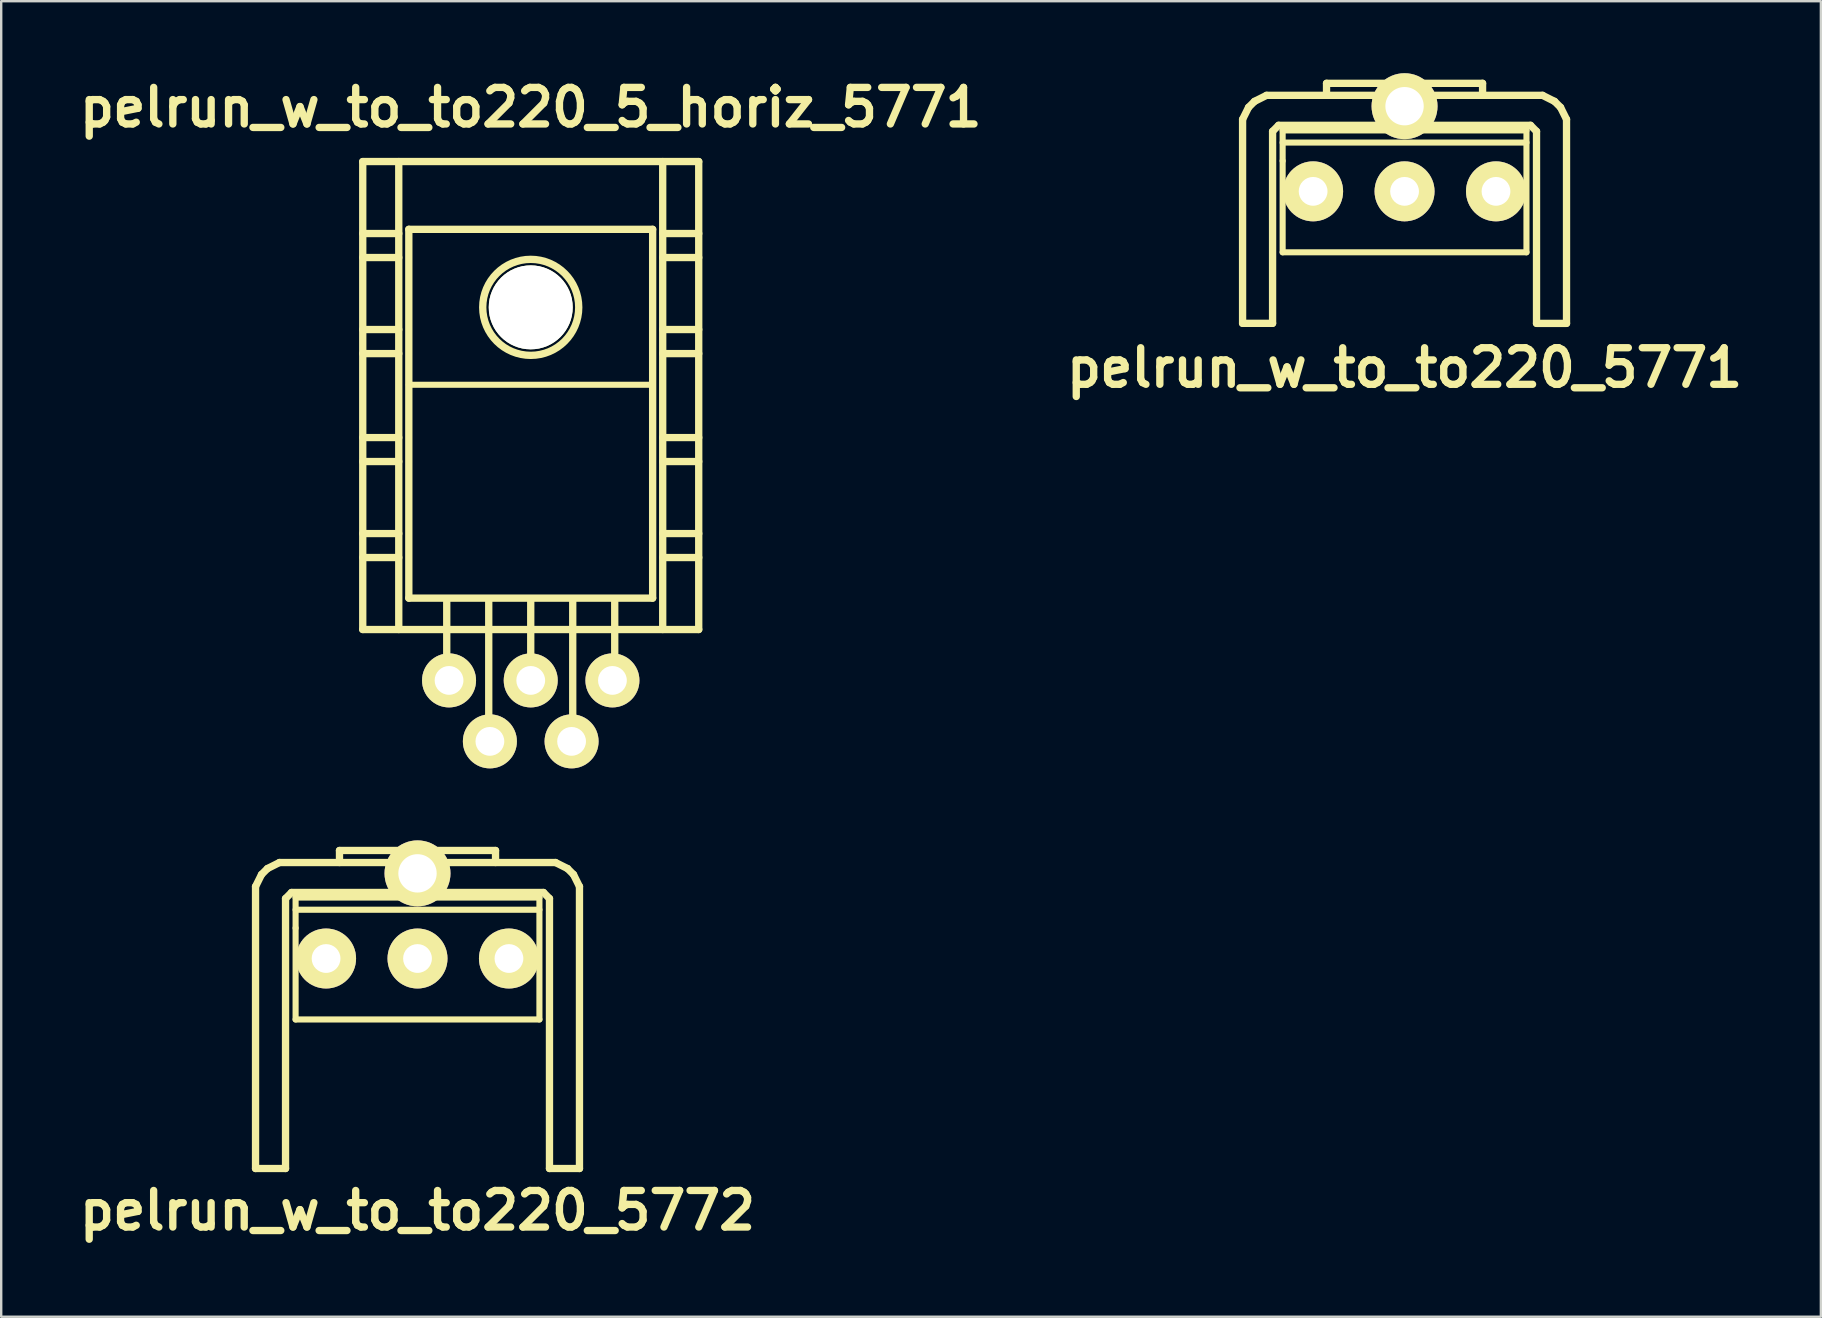
<source format=kicad_pcb>
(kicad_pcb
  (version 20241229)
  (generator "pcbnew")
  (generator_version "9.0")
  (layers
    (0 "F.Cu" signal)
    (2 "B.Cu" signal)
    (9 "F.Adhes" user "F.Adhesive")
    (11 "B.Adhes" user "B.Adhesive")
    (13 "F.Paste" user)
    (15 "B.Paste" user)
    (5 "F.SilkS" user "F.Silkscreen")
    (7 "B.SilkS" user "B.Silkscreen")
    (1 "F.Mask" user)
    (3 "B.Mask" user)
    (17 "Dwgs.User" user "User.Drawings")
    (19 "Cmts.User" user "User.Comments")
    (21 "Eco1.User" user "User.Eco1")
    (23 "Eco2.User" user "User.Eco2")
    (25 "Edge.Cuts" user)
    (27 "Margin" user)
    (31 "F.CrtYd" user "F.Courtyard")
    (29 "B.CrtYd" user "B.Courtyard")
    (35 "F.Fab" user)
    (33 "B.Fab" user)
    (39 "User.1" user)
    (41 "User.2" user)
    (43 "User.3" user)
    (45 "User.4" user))
  (footprint "pelrun_w_to_to220_5771"
    (layer "F.Cu")
    (at 55.476 4.923)
    (property "Reference" "pelrun_w_to_to220_5771" (at 0 7.351 0) (layer "F.SilkS") (effects (font (size 1.524 1.524) (thickness 0.305))))
    (attr through_hole)
    (fp_line (start -6.749 -3) (end -6.5 -3.5) (stroke (width 0.305) (type solid)) (layer "F.SilkS"))
    (fp_line (start -6.749 5.499) (end -6.749 -3) (stroke (width 0.305) (type solid)) (layer "F.SilkS"))
    (fp_line (start -6.5 -3.5) (end -6.251 -3.749) (stroke (width 0.305) (type solid)) (layer "F.SilkS"))
    (fp_line (start -6.251 -3.749) (end -5.751 -4) (stroke (width 0.305) (type solid)) (layer "F.SilkS"))
    (fp_line (start -5.499 -2.499) (end -5.499 5.499) (stroke (width 0.305) (type solid)) (layer "F.SilkS"))
    (fp_line (start -5.499 -2.499) (end -5.25 -2.751) (stroke (width 0.305) (type solid)) (layer "F.SilkS"))
    (fp_line (start -5.499 5.499) (end -6.749 5.499) (stroke (width 0.305) (type solid)) (layer "F.SilkS"))
    (fp_line (start -5.25 -2.751) (end 5.25 -2.751) (stroke (width 0.305) (type solid)) (layer "F.SilkS"))
    (fp_line (start -5.08 -2.54) (end -5.08 -1.27) (stroke (width 0.254) (type solid)) (layer "F.SilkS"))
    (fp_line (start -5.08 -2.032) (end 5.08 -2.032) (stroke (width 0.254) (type solid)) (layer "F.SilkS"))
    (fp_line (start -5.08 -1.27) (end -5.08 2.54) (stroke (width 0.254) (type solid)) (layer "F.SilkS"))
    (fp_line (start -5.08 2.54) (end 5.08 2.54) (stroke (width 0.254) (type solid)) (layer "F.SilkS"))
    (fp_line (start -3.251 -4.501) (end 3.251 -4.501) (stroke (width 0.305) (type solid)) (layer "F.SilkS"))
    (fp_line (start -3.251 -4) (end -3.251 -4.501) (stroke (width 0.305) (type solid)) (layer "F.SilkS"))
    (fp_line (start 3.251 -4.501) (end 3.251 -4) (stroke (width 0.305) (type solid)) (layer "F.SilkS"))
    (fp_line (start 5.08 -2.54) (end -5.08 -2.54) (stroke (width 0.254) (type solid)) (layer "F.SilkS"))
    (fp_line (start 5.08 2.54) (end 5.08 -2.54) (stroke (width 0.254) (type solid)) (layer "F.SilkS"))
    (fp_line (start 5.25 -2.751) (end 5.499 -2.499) (stroke (width 0.305) (type solid)) (layer "F.SilkS"))
    (fp_line (start 5.499 5.499) (end 5.499 -2.499) (stroke (width 0.305) (type solid)) (layer "F.SilkS"))
    (fp_line (start 5.751 -4) (end -5.751 -4) (stroke (width 0.305) (type solid)) (layer "F.SilkS"))
    (fp_line (start 5.751 -4) (end 6.251 -3.749) (stroke (width 0.305) (type solid)) (layer "F.SilkS"))
    (fp_line (start 6.251 -3.749) (end 6.5 -3.5) (stroke (width 0.305) (type solid)) (layer "F.SilkS"))
    (fp_line (start 6.5 -3.5) (end 6.749 -3) (stroke (width 0.305) (type solid)) (layer "F.SilkS"))
    (fp_line (start 6.749 5.499) (end 6.749 -3) (stroke (width 0.305) (type solid)) (layer "F.SilkS"))
    (fp_line (start 6.749 5.502) (end 5.499 5.502) (stroke (width 0.305) (type solid)) (layer "F.SilkS"))
    (pad "" thru_hole circle (at 0 -3.548) (size 2.748 2.748) (drill 1.598) (layers "*.Cu" "*.Mask" "F.SilkS"))
    (pad "1" thru_hole circle (at 3.81 0) (size 2.499 2.499) (drill 1.199) (layers "*.Cu" "*.Mask" "F.SilkS"))
    (pad "2" thru_hole circle (at 0 0) (size 2.499 2.499) (drill 1.199) (layers "*.Cu" "*.Mask" "F.SilkS"))
    (pad "3" thru_hole circle (at -3.81 0) (size 2.499 2.499) (drill 1.199) (layers "*.Cu" "*.Mask" "F.SilkS")))
  (footprint "pelrun_w_to_to220_5772"
    (layer "F.Cu")
    (at 14.347 36.89)
    (property "Reference" "pelrun_w_to_to220_5772" (at 0 10.5 0) (layer "F.SilkS") (effects (font (size 1.524 1.524) (thickness 0.305))))
    (attr through_hole)
    (fp_line (start -6.749 -3) (end -6.749 8.75) (stroke (width 0.305) (type solid)) (layer "F.SilkS"))
    (fp_line (start -6.749 -3) (end -6.5 -3.5) (stroke (width 0.305) (type solid)) (layer "F.SilkS"))
    (fp_line (start -6.5 -3.5) (end -6.251 -3.749) (stroke (width 0.305) (type solid)) (layer "F.SilkS"))
    (fp_line (start -6.251 -3.749) (end -5.751 -4) (stroke (width 0.305) (type solid)) (layer "F.SilkS"))
    (fp_line (start -5.499 -2.499) (end -5.25 -2.751) (stroke (width 0.305) (type solid)) (layer "F.SilkS"))
    (fp_line (start -5.499 8.75) (end -6.749 8.75) (stroke (width 0.305) (type solid)) (layer "F.SilkS"))
    (fp_line (start -5.499 8.75) (end -5.499 -2.499) (stroke (width 0.305) (type solid)) (layer "F.SilkS"))
    (fp_line (start -5.25 -2.751) (end 5.25 -2.751) (stroke (width 0.305) (type solid)) (layer "F.SilkS"))
    (fp_line (start -5.08 -2.54) (end -5.08 -1.27) (stroke (width 0.254) (type solid)) (layer "F.SilkS"))
    (fp_line (start -5.08 -2.032) (end 5.08 -2.032) (stroke (width 0.254) (type solid)) (layer "F.SilkS"))
    (fp_line (start -5.08 -1.27) (end -5.08 2.54) (stroke (width 0.254) (type solid)) (layer "F.SilkS"))
    (fp_line (start -5.08 2.54) (end 5.08 2.54) (stroke (width 0.254) (type solid)) (layer "F.SilkS"))
    (fp_line (start -3.251 -4.501) (end 3.251 -4.501) (stroke (width 0.305) (type solid)) (layer "F.SilkS"))
    (fp_line (start -3.251 -4) (end -3.251 -4.501) (stroke (width 0.305) (type solid)) (layer "F.SilkS"))
    (fp_line (start 3.251 -4.501) (end 3.251 -4) (stroke (width 0.305) (type solid)) (layer "F.SilkS"))
    (fp_line (start 5.08 -2.54) (end -5.08 -2.54) (stroke (width 0.254) (type solid)) (layer "F.SilkS"))
    (fp_line (start 5.08 2.54) (end 5.08 -2.54) (stroke (width 0.254) (type solid)) (layer "F.SilkS"))
    (fp_line (start 5.25 -2.751) (end 5.499 -2.499) (stroke (width 0.305) (type solid)) (layer "F.SilkS"))
    (fp_line (start 5.499 -2.499) (end 5.499 8.75) (stroke (width 0.305) (type solid)) (layer "F.SilkS"))
    (fp_line (start 5.751 -4) (end -5.751 -4) (stroke (width 0.305) (type solid)) (layer "F.SilkS"))
    (fp_line (start 5.751 -4) (end 6.251 -3.749) (stroke (width 0.305) (type solid)) (layer "F.SilkS"))
    (fp_line (start 6.251 -3.749) (end 6.5 -3.5) (stroke (width 0.305) (type solid)) (layer "F.SilkS"))
    (fp_line (start 6.5 -3.5) (end 6.749 -3) (stroke (width 0.305) (type solid)) (layer "F.SilkS"))
    (fp_line (start 6.749 -3) (end 6.749 8.75) (stroke (width 0.305) (type solid)) (layer "F.SilkS"))
    (fp_line (start 6.749 8.75) (end 5.499 8.75) (stroke (width 0.305) (type solid)) (layer "F.SilkS"))
    (pad "" thru_hole circle (at 0 -3.548) (size 2.748 2.748) (drill 1.598) (layers "*.Cu" "*.Mask" "F.SilkS"))
    (pad "1" thru_hole circle (at 3.81 0) (size 2.499 2.499) (drill 1.199) (layers "*.Cu" "*.Mask" "F.SilkS"))
    (pad "2" thru_hole circle (at 0 0) (size 2.499 2.499) (drill 1.199) (layers "*.Cu" "*.Mask" "F.SilkS"))
    (pad "3" thru_hole circle (at -3.81 0) (size 2.499 2.499) (drill 1.199) (layers "*.Cu" "*.Mask" "F.SilkS")))
  (footprint "pelrun_w_to_to220_5_horiz_5771"
    (layer "F.Cu")
    (at 19.065 17.682)
    (property "Reference" "pelrun_w_to_to220_5_horiz_5771" (at 0 -16.256 0) (layer "F.SilkS") (effects (font (size 1.524 1.524) (thickness 0.305))))
    (attr through_hole)
    (fp_line (start -7 -14) (end -7 5.499) (stroke (width 0.305) (type solid)) (layer "F.SilkS"))
    (fp_line (start -7 -11.001) (end -5.499 -11.001) (stroke (width 0.305) (type solid)) (layer "F.SilkS"))
    (fp_line (start -7 -10) (end -5.499 -10) (stroke (width 0.305) (type solid)) (layer "F.SilkS"))
    (fp_line (start -7 -7) (end -5.499 -7) (stroke (width 0.305) (type solid)) (layer "F.SilkS"))
    (fp_line (start -7 -5.999) (end -5.499 -5.999) (stroke (width 0.305) (type solid)) (layer "F.SilkS"))
    (fp_line (start -7 -2.499) (end -5.499 -2.499) (stroke (width 0.305) (type solid)) (layer "F.SilkS"))
    (fp_line (start -7 -1.501) (end -5.499 -1.501) (stroke (width 0.305) (type solid)) (layer "F.SilkS"))
    (fp_line (start -7 1.501) (end -5.499 1.501) (stroke (width 0.305) (type solid)) (layer "F.SilkS"))
    (fp_line (start -7 2.499) (end -5.499 2.499) (stroke (width 0.305) (type solid)) (layer "F.SilkS"))
    (fp_line (start -7 5.499) (end 7 5.499) (stroke (width 0.305) (type solid)) (layer "F.SilkS"))
    (fp_line (start -5.499 5.499) (end -5.499 -14) (stroke (width 0.305) (type solid)) (layer "F.SilkS"))
    (fp_line (start -5.08 -11.176) (end -5.08 4.191) (stroke (width 0.305) (type solid)) (layer "F.SilkS"))
    (fp_line (start -5.08 4.191) (end 5.08 4.191) (stroke (width 0.305) (type solid)) (layer "F.SilkS"))
    (fp_line (start -3.5 7.75) (end -3.5 4.249) (stroke (width 0.305) (type solid)) (layer "F.SilkS"))
    (fp_line (start -1.75 10.249) (end -1.75 4.249) (stroke (width 0.305) (type solid)) (layer "F.SilkS"))
    (fp_line (start 0 7.75) (end 0 4.249) (stroke (width 0.305) (type solid)) (layer "F.SilkS"))
    (fp_line (start 1.75 10.249) (end 1.75 4.249) (stroke (width 0.305) (type solid)) (layer "F.SilkS"))
    (fp_line (start 3.5 7.75) (end 3.5 4.249) (stroke (width 0.305) (type solid)) (layer "F.SilkS"))
    (fp_line (start 5.08 -11.176) (end -5.08 -11.176) (stroke (width 0.305) (type solid)) (layer "F.SilkS"))
    (fp_line (start 5.08 -4.699) (end -5.08 -4.699) (stroke (width 0.254) (type solid)) (layer "F.SilkS"))
    (fp_line (start 5.08 4.191) (end 5.08 -11.176) (stroke (width 0.305) (type solid)) (layer "F.SilkS"))
    (fp_line (start 5.499 -14) (end 5.499 5.499) (stroke (width 0.305) (type solid)) (layer "F.SilkS"))
    (fp_line (start 5.499 -11.001) (end 7 -11.001) (stroke (width 0.305) (type solid)) (layer "F.SilkS"))
    (fp_line (start 5.499 -10) (end 7 -10) (stroke (width 0.305) (type solid)) (layer "F.SilkS"))
    (fp_line (start 5.499 -7) (end 7 -7) (stroke (width 0.305) (type solid)) (layer "F.SilkS"))
    (fp_line (start 5.499 -5.999) (end 7 -5.999) (stroke (width 0.305) (type solid)) (layer "F.SilkS"))
    (fp_line (start 5.499 -2.499) (end 7 -2.499) (stroke (width 0.305) (type solid)) (layer "F.SilkS"))
    (fp_line (start 5.499 -1.501) (end 7 -1.501) (stroke (width 0.305) (type solid)) (layer "F.SilkS"))
    (fp_line (start 5.499 1.501) (end 7 1.501) (stroke (width 0.305) (type solid)) (layer "F.SilkS"))
    (fp_line (start 5.499 2.499) (end 7 2.499) (stroke (width 0.305) (type solid)) (layer "F.SilkS"))
    (fp_line (start 7 -14) (end -7 -14) (stroke (width 0.305) (type solid)) (layer "F.SilkS"))
    (fp_line (start 7 5.499) (end 7 -14) (stroke (width 0.305) (type solid)) (layer "F.SilkS"))
    (fp_circle (center 0 -7.925) (end -1.999 -8.001) (stroke (width 0.305) (type solid)) (fill no) (layer "F.SilkS"))
    (pad "" np_thru_hole circle (at 0 -7.925) (size 3.498 3.498) (drill 3.498) (layers "*.Cu" "*.Mask" "F.SilkS"))
    (pad "1" thru_hole circle (at 3.404 7.62) (size 2.25 2.25) (drill 1.199) (layers "*.Cu" "*.Mask" "F.SilkS"))
    (pad "2" thru_hole circle (at 1.702 10.16) (size 2.25 2.25) (drill 1.199) (layers "*.Cu" "*.Mask" "F.SilkS"))
    (pad "3" thru_hole circle (at 0 7.62) (size 2.25 2.25) (drill 1.199) (layers "*.Cu" "*.Mask" "F.SilkS"))
    (pad "4" thru_hole circle (at -1.702 10.16) (size 2.25 2.25) (drill 1.199) (layers "*.Cu" "*.Mask" "F.SilkS"))
    (pad "5" thru_hole circle (at -3.404 7.62) (size 2.25 2.25) (drill 1.199) (layers "*.Cu" "*.Mask" "F.SilkS")))
  (gr_rect
    (start -3 -3)
    (end 72.824 51.817)
    (stroke (width 0.1) (type default))
    (fill no)
    (layer "Edge.Cuts")))
</source>
